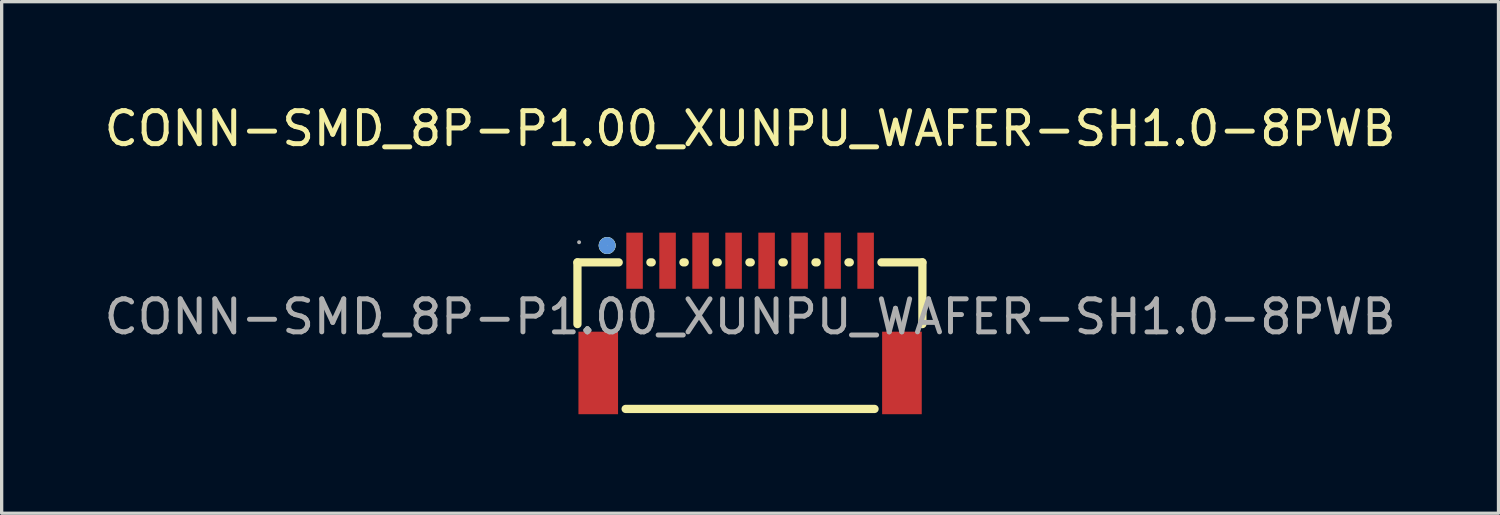
<source format=kicad_pcb>
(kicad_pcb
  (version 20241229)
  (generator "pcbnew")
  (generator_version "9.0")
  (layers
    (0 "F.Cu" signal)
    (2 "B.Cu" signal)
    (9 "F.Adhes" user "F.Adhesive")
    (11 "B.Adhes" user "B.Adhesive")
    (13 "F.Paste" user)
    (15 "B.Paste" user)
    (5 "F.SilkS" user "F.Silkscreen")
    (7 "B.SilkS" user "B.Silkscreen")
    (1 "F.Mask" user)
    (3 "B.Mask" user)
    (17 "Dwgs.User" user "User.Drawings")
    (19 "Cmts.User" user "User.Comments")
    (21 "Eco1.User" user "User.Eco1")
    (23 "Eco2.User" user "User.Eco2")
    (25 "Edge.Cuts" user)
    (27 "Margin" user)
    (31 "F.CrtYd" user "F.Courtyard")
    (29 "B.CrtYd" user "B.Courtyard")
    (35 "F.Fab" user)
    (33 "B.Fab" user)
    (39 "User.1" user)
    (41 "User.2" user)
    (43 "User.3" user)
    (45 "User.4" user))
  (footprint "CONN-SMD_8P-P1.00_XUNPU_WAFER-SH1.0-8PWB"
    (layer "F.Cu")
    (at 19.673 6.548)
    (property "Reference" "CONN-SMD_8P-P1.00_XUNPU_WAFER-SH1.0-8PWB" (at 0 -5.7 0) (layer "F.SilkS") (effects (font (size 1 1) (thickness 0.15))))
    (attr smd)
    (fp_line (start -5.23 -1.65) (end -5.23 0.22) (stroke (width 0.25) (type solid)) (layer "F.SilkS"))
    (fp_line (start -5.23 -1.65) (end -3.98 -1.65) (stroke (width 0.25) (type solid)) (layer "F.SilkS"))
    (fp_line (start -3.02 -1.65) (end -2.98 -1.65) (stroke (width 0.25) (type solid)) (layer "F.SilkS"))
    (fp_line (start -2.02 -1.65) (end -1.98 -1.65) (stroke (width 0.25) (type solid)) (layer "F.SilkS"))
    (fp_line (start -1.02 -1.65) (end -0.98 -1.65) (stroke (width 0.25) (type solid)) (layer "F.SilkS"))
    (fp_line (start -0.02 -1.65) (end 0.02 -1.65) (stroke (width 0.25) (type solid)) (layer "F.SilkS"))
    (fp_line (start 0.98 -1.65) (end 1.02 -1.65) (stroke (width 0.25) (type solid)) (layer "F.SilkS"))
    (fp_line (start 1.98 -1.65) (end 2.02 -1.65) (stroke (width 0.25) (type solid)) (layer "F.SilkS"))
    (fp_line (start 2.98 -1.65) (end 3.02 -1.65) (stroke (width 0.25) (type solid)) (layer "F.SilkS"))
    (fp_line (start 3.77 2.79) (end -3.77 2.79) (stroke (width 0.25) (type solid)) (layer "F.SilkS"))
    (fp_line (start 3.98 -1.65) (end 5.22 -1.65) (stroke (width 0.25) (type solid)) (layer "F.SilkS"))
    (fp_line (start 5.22 -1.65) (end 5.22 0.22) (stroke (width 0.25) (type solid)) (layer "F.SilkS"))
    (fp_circle (center -4.33 -2.16) (end -4.2 -2.16) (stroke (width 0.25) (type solid)) (fill no) (layer "F.SilkS"))
    (fp_circle (center -4.33 -2.16) (end -4.2 -2.16) (stroke (width 0.25) (type solid)) (fill no) (layer "F.SilkS"))
    (fp_circle (center -4.33 -2.16) (end -4.2 -2.16) (stroke (width 0.25) (type solid)) (fill no) (layer "Cmts.User"))
    (fp_circle (center -5.18 -2.26) (end -5.15 -2.26) (stroke (width 0.06) (type solid)) (fill no) (layer "F.Fab"))
    (fp_text user "${REFERENCE}" (at 0 0 0) (layer "F.Fab") (effects (font (size 1 1) (thickness 0.15))))
    (pad "1" smd rect (at -3.5 -1.7) (size 0.5 1.7) (layers "F.Cu" "F.Mask" "F.Paste"))
    (pad "2" smd rect (at -2.5 -1.7) (size 0.5 1.7) (layers "F.Cu" "F.Mask" "F.Paste"))
    (pad "3" smd rect (at -1.5 -1.7) (size 0.5 1.7) (layers "F.Cu" "F.Mask" "F.Paste"))
    (pad "4" smd rect (at -0.5 -1.7) (size 0.5 1.7) (layers "F.Cu" "F.Mask" "F.Paste"))
    (pad "5" smd rect (at 0.5 -1.7) (size 0.5 1.7) (layers "F.Cu" "F.Mask" "F.Paste"))
    (pad "6" smd rect (at 1.5 -1.7) (size 0.5 1.7) (layers "F.Cu" "F.Mask" "F.Paste"))
    (pad "7" smd rect (at 2.5 -1.7) (size 0.5 1.7) (layers "F.Cu" "F.Mask" "F.Paste"))
    (pad "8" smd rect (at 3.5 -1.7) (size 0.5 1.7) (layers "F.Cu" "F.Mask" "F.Paste"))
    (pad "9" smd rect (at 4.6 1.7) (size 1.2 2.5) (layers "F.Cu" "F.Mask" "F.Paste"))
    (pad "10" smd rect (at -4.6 1.7) (size 1.2 2.5) (layers "F.Cu" "F.Mask" "F.Paste")))
  (gr_rect
    (start -3 -3)
    (end 42.345 12.498)
    (stroke (width 0.1) (type default))
    (fill no)
    (layer "Edge.Cuts")))
</source>
